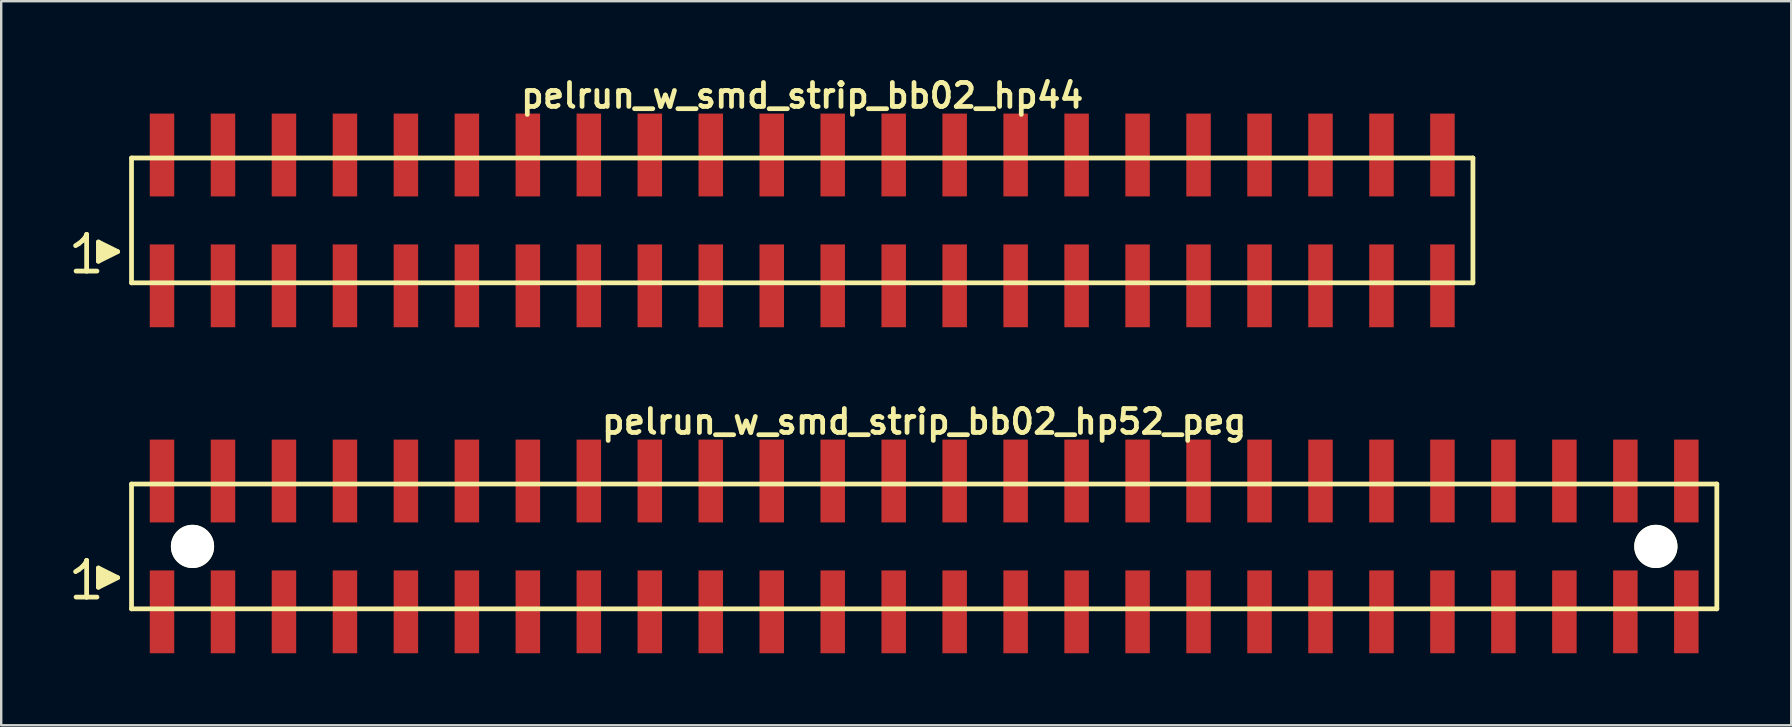
<source format=kicad_pcb>
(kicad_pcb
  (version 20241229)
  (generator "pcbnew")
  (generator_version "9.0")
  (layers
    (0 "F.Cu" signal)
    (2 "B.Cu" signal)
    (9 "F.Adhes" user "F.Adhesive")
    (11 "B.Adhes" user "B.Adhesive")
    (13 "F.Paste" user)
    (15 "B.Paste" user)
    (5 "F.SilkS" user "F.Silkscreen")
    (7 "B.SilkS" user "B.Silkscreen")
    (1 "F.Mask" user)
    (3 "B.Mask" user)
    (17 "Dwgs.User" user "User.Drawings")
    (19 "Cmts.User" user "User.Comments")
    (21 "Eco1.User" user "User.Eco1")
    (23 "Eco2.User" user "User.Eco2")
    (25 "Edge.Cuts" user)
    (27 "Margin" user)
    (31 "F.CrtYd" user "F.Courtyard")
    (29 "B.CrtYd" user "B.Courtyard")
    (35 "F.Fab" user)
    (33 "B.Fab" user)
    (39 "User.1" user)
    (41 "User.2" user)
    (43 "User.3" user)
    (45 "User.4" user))
  (footprint "pelrun_w_smd_strip_bb02_hp44"
    (layer "F.Cu")
    (at 30.369 6.132)
    (property "Reference" "pelrun_w_smd_strip_bb02_hp44" (at 0 -5.2 0) (layer "F.SilkS") (effects (font (size 0.998 0.998) (thickness 0.198))))
    (attr through_hole)
    (fp_line (start -30.27 1.05) (end -30.14 0.97) (stroke (width 0.198) (type solid)) (layer "F.SilkS"))
    (fp_line (start -30.14 0.97) (end -29.98 0.84) (stroke (width 0.198) (type solid)) (layer "F.SilkS"))
    (fp_line (start -29.98 0.84) (end -29.84 0.67) (stroke (width 0.198) (type solid)) (layer "F.SilkS"))
    (fp_line (start -29.84 0.67) (end -29.81 0.58) (stroke (width 0.198) (type solid)) (layer "F.SilkS"))
    (fp_line (start -29.81 0.58) (end -29.81 2.11) (stroke (width 0.198) (type solid)) (layer "F.SilkS"))
    (fp_line (start -29.81 2.11) (end -30.25 2.11) (stroke (width 0.198) (type solid)) (layer "F.SilkS"))
    (fp_line (start -29.38 2.11) (end -29.82 2.11) (stroke (width 0.198) (type solid)) (layer "F.SilkS"))
    (fp_line (start -29.32 0.9) (end -28.52 1.3) (stroke (width 0.198) (type solid)) (layer "F.SilkS"))
    (fp_line (start -29.32 1.7) (end -29.32 0.9) (stroke (width 0.198) (type solid)) (layer "F.SilkS"))
    (fp_line (start -29.22 1.6) (end -29.22 1) (stroke (width 0.198) (type solid)) (layer "F.SilkS"))
    (fp_line (start -29.12 1.1) (end -29.12 1.5) (stroke (width 0.198) (type solid)) (layer "F.SilkS"))
    (fp_line (start -29.02 1.5) (end -29.02 1.1) (stroke (width 0.198) (type solid)) (layer "F.SilkS"))
    (fp_line (start -28.92 1.2) (end -28.92 1.4) (stroke (width 0.198) (type solid)) (layer "F.SilkS"))
    (fp_line (start -28.82 1.4) (end -28.82 1.2) (stroke (width 0.198) (type solid)) (layer "F.SilkS"))
    (fp_line (start -28.52 1.3) (end -29.32 1.7) (stroke (width 0.198) (type solid)) (layer "F.SilkS"))
    (fp_line (start -27.94 -2.6) (end -27.94 2.6) (stroke (width 0.198) (type solid)) (layer "F.SilkS"))
    (fp_line (start -27.94 -2.6) (end 27.94 -2.6) (stroke (width 0.198) (type solid)) (layer "F.SilkS"))
    (fp_line (start 27.94 2.6) (end -27.94 2.6) (stroke (width 0.198) (type solid)) (layer "F.SilkS"))
    (fp_line (start 27.94 2.6) (end 27.94 -2.6) (stroke (width 0.198) (type solid)) (layer "F.SilkS"))
    (pad "1" smd rect (at -26.67 2.725) (size 1.02 3.45) (layers "F.Cu" "F.Mask" "F.Paste"))
    (pad "2" smd rect (at -26.67 -2.725) (size 1.02 3.45) (layers "F.Cu" "F.Mask" "F.Paste"))
    (pad "3" smd rect (at -24.13 2.725) (size 1.02 3.45) (layers "F.Cu" "F.Mask" "F.Paste"))
    (pad "4" smd rect (at -24.13 -2.725) (size 1.02 3.45) (layers "F.Cu" "F.Mask" "F.Paste"))
    (pad "5" smd rect (at -21.59 2.725) (size 1.02 3.45) (layers "F.Cu" "F.Mask" "F.Paste"))
    (pad "6" smd rect (at -21.59 -2.725) (size 1.02 3.45) (layers "F.Cu" "F.Mask" "F.Paste"))
    (pad "7" smd rect (at -19.05 2.725) (size 1.02 3.45) (layers "F.Cu" "F.Mask" "F.Paste"))
    (pad "8" smd rect (at -19.05 -2.725) (size 1.02 3.45) (layers "F.Cu" "F.Mask" "F.Paste"))
    (pad "9" smd rect (at -16.51 2.725) (size 1.02 3.45) (layers "F.Cu" "F.Mask" "F.Paste"))
    (pad "10" smd rect (at -16.51 -2.725) (size 1.02 3.45) (layers "F.Cu" "F.Mask" "F.Paste"))
    (pad "11" smd rect (at -13.97 2.725) (size 1.02 3.45) (layers "F.Cu" "F.Mask" "F.Paste"))
    (pad "12" smd rect (at -13.97 -2.725) (size 1.02 3.45) (layers "F.Cu" "F.Mask" "F.Paste"))
    (pad "13" smd rect (at -11.43 2.725) (size 1.02 3.45) (layers "F.Cu" "F.Mask" "F.Paste"))
    (pad "14" smd rect (at -11.43 -2.725) (size 1.02 3.45) (layers "F.Cu" "F.Mask" "F.Paste"))
    (pad "15" smd rect (at -8.89 2.725) (size 1.02 3.45) (layers "F.Cu" "F.Mask" "F.Paste"))
    (pad "16" smd rect (at -8.89 -2.725) (size 1.02 3.45) (layers "F.Cu" "F.Mask" "F.Paste"))
    (pad "17" smd rect (at -6.35 2.725) (size 1.02 3.45) (layers "F.Cu" "F.Mask" "F.Paste"))
    (pad "18" smd rect (at -6.35 -2.725) (size 1.02 3.45) (layers "F.Cu" "F.Mask" "F.Paste"))
    (pad "19" smd rect (at -3.81 2.725) (size 1.02 3.45) (layers "F.Cu" "F.Mask" "F.Paste"))
    (pad "20" smd rect (at -3.81 -2.725) (size 1.02 3.45) (layers "F.Cu" "F.Mask" "F.Paste"))
    (pad "21" smd rect (at -1.27 2.725) (size 1.02 3.45) (layers "F.Cu" "F.Mask" "F.Paste"))
    (pad "22" smd rect (at -1.27 -2.725) (size 1.02 3.45) (layers "F.Cu" "F.Mask" "F.Paste"))
    (pad "23" smd rect (at 1.27 2.725) (size 1.02 3.45) (layers "F.Cu" "F.Mask" "F.Paste"))
    (pad "24" smd rect (at 1.27 -2.725) (size 1.02 3.45) (layers "F.Cu" "F.Mask" "F.Paste"))
    (pad "25" smd rect (at 3.81 2.725) (size 1.02 3.45) (layers "F.Cu" "F.Mask" "F.Paste"))
    (pad "26" smd rect (at 3.81 -2.725) (size 1.02 3.45) (layers "F.Cu" "F.Mask" "F.Paste"))
    (pad "27" smd rect (at 6.35 2.725) (size 1.02 3.45) (layers "F.Cu" "F.Mask" "F.Paste"))
    (pad "28" smd rect (at 6.35 -2.725) (size 1.02 3.45) (layers "F.Cu" "F.Mask" "F.Paste"))
    (pad "29" smd rect (at 8.89 2.725) (size 1.02 3.45) (layers "F.Cu" "F.Mask" "F.Paste"))
    (pad "30" smd rect (at 8.89 -2.725) (size 1.02 3.45) (layers "F.Cu" "F.Mask" "F.Paste"))
    (pad "31" smd rect (at 11.43 2.725) (size 1.02 3.45) (layers "F.Cu" "F.Mask" "F.Paste"))
    (pad "32" smd rect (at 11.43 -2.725) (size 1.02 3.45) (layers "F.Cu" "F.Mask" "F.Paste"))
    (pad "33" smd rect (at 13.97 2.725) (size 1.02 3.45) (layers "F.Cu" "F.Mask" "F.Paste"))
    (pad "34" smd rect (at 13.97 -2.725) (size 1.02 3.45) (layers "F.Cu" "F.Mask" "F.Paste"))
    (pad "35" smd rect (at 16.51 2.725) (size 1.02 3.45) (layers "F.Cu" "F.Mask" "F.Paste"))
    (pad "36" smd rect (at 16.51 -2.725) (size 1.02 3.45) (layers "F.Cu" "F.Mask" "F.Paste"))
    (pad "37" smd rect (at 19.05 2.725) (size 1.02 3.45) (layers "F.Cu" "F.Mask" "F.Paste"))
    (pad "38" smd rect (at 19.05 -2.725) (size 1.02 3.45) (layers "F.Cu" "F.Mask" "F.Paste"))
    (pad "39" smd rect (at 21.59 2.725) (size 1.02 3.45) (layers "F.Cu" "F.Mask" "F.Paste"))
    (pad "40" smd rect (at 21.59 -2.725) (size 1.02 3.45) (layers "F.Cu" "F.Mask" "F.Paste"))
    (pad "41" smd rect (at 24.13 2.725) (size 1.02 3.45) (layers "F.Cu" "F.Mask" "F.Paste"))
    (pad "42" smd rect (at 24.13 -2.725) (size 1.02 3.45) (layers "F.Cu" "F.Mask" "F.Paste"))
    (pad "43" smd rect (at 26.67 2.725) (size 1.02 3.45) (layers "F.Cu" "F.Mask" "F.Paste"))
    (pad "44" smd rect (at 26.67 -2.725) (size 1.02 3.45) (layers "F.Cu" "F.Mask" "F.Paste")))
  (footprint "pelrun_w_smd_strip_bb02_hp52_peg"
    (layer "F.Cu")
    (at 35.449 19.713)
    (property "Reference" "pelrun_w_smd_strip_bb02_hp52_peg" (at 0 -5.2 0) (layer "F.SilkS") (effects (font (size 0.998 0.998) (thickness 0.198))))
    (attr through_hole)
    (fp_line (start -35.35 1.05) (end -35.22 0.97) (stroke (width 0.198) (type solid)) (layer "F.SilkS"))
    (fp_line (start -35.22 0.97) (end -35.06 0.84) (stroke (width 0.198) (type solid)) (layer "F.SilkS"))
    (fp_line (start -35.06 0.84) (end -34.92 0.67) (stroke (width 0.198) (type solid)) (layer "F.SilkS"))
    (fp_line (start -34.92 0.67) (end -34.89 0.58) (stroke (width 0.198) (type solid)) (layer "F.SilkS"))
    (fp_line (start -34.89 0.58) (end -34.89 2.11) (stroke (width 0.198) (type solid)) (layer "F.SilkS"))
    (fp_line (start -34.89 2.11) (end -35.33 2.11) (stroke (width 0.198) (type solid)) (layer "F.SilkS"))
    (fp_line (start -34.46 2.11) (end -34.9 2.11) (stroke (width 0.198) (type solid)) (layer "F.SilkS"))
    (fp_line (start -34.4 0.9) (end -33.6 1.3) (stroke (width 0.198) (type solid)) (layer "F.SilkS"))
    (fp_line (start -34.4 1.7) (end -34.4 0.9) (stroke (width 0.198) (type solid)) (layer "F.SilkS"))
    (fp_line (start -34.3 1.6) (end -34.3 1) (stroke (width 0.198) (type solid)) (layer "F.SilkS"))
    (fp_line (start -34.2 1.1) (end -34.2 1.5) (stroke (width 0.198) (type solid)) (layer "F.SilkS"))
    (fp_line (start -34.1 1.5) (end -34.1 1.1) (stroke (width 0.198) (type solid)) (layer "F.SilkS"))
    (fp_line (start -34 1.2) (end -34 1.4) (stroke (width 0.198) (type solid)) (layer "F.SilkS"))
    (fp_line (start -33.9 1.4) (end -33.9 1.2) (stroke (width 0.198) (type solid)) (layer "F.SilkS"))
    (fp_line (start -33.6 1.3) (end -34.4 1.7) (stroke (width 0.198) (type solid)) (layer "F.SilkS"))
    (fp_line (start -33.02 -2.6) (end -33.02 2.6) (stroke (width 0.198) (type solid)) (layer "F.SilkS"))
    (fp_line (start -33.02 -2.6) (end 33.02 -2.6) (stroke (width 0.198) (type solid)) (layer "F.SilkS"))
    (fp_line (start 33.02 2.6) (end -33.02 2.6) (stroke (width 0.198) (type solid)) (layer "F.SilkS"))
    (fp_line (start 33.02 2.6) (end 33.02 -2.6) (stroke (width 0.198) (type solid)) (layer "F.SilkS"))
    (pad "" np_thru_hole circle (at -30.48 0) (size 1.8 1.8) (drill 1.8) (layers "*.Cu" "*.Mask" "F.SilkS"))
    (pad "" np_thru_hole circle (at 30.48 0) (size 1.8 1.8) (drill 1.8) (layers "*.Cu" "*.Mask" "F.SilkS"))
    (pad "1" smd rect (at -31.75 2.725) (size 1.02 3.45) (layers "F.Cu" "F.Mask" "F.Paste"))
    (pad "2" smd rect (at -31.75 -2.725) (size 1.02 3.45) (layers "F.Cu" "F.Mask" "F.Paste"))
    (pad "3" smd rect (at -29.21 2.725) (size 1.02 3.45) (layers "F.Cu" "F.Mask" "F.Paste"))
    (pad "4" smd rect (at -29.21 -2.725) (size 1.02 3.45) (layers "F.Cu" "F.Mask" "F.Paste"))
    (pad "5" smd rect (at -26.67 2.725) (size 1.02 3.45) (layers "F.Cu" "F.Mask" "F.Paste"))
    (pad "6" smd rect (at -26.67 -2.725) (size 1.02 3.45) (layers "F.Cu" "F.Mask" "F.Paste"))
    (pad "7" smd rect (at -24.13 2.725) (size 1.02 3.45) (layers "F.Cu" "F.Mask" "F.Paste"))
    (pad "8" smd rect (at -24.13 -2.725) (size 1.02 3.45) (layers "F.Cu" "F.Mask" "F.Paste"))
    (pad "9" smd rect (at -21.59 2.725) (size 1.02 3.45) (layers "F.Cu" "F.Mask" "F.Paste"))
    (pad "10" smd rect (at -21.59 -2.725) (size 1.02 3.45) (layers "F.Cu" "F.Mask" "F.Paste"))
    (pad "11" smd rect (at -19.05 2.725) (size 1.02 3.45) (layers "F.Cu" "F.Mask" "F.Paste"))
    (pad "12" smd rect (at -19.05 -2.725) (size 1.02 3.45) (layers "F.Cu" "F.Mask" "F.Paste"))
    (pad "13" smd rect (at -16.51 2.725) (size 1.02 3.45) (layers "F.Cu" "F.Mask" "F.Paste"))
    (pad "14" smd rect (at -16.51 -2.725) (size 1.02 3.45) (layers "F.Cu" "F.Mask" "F.Paste"))
    (pad "15" smd rect (at -13.97 2.725) (size 1.02 3.45) (layers "F.Cu" "F.Mask" "F.Paste"))
    (pad "16" smd rect (at -13.97 -2.725) (size 1.02 3.45) (layers "F.Cu" "F.Mask" "F.Paste"))
    (pad "17" smd rect (at -11.43 2.725) (size 1.02 3.45) (layers "F.Cu" "F.Mask" "F.Paste"))
    (pad "18" smd rect (at -11.43 -2.725) (size 1.02 3.45) (layers "F.Cu" "F.Mask" "F.Paste"))
    (pad "19" smd rect (at -8.89 2.725) (size 1.02 3.45) (layers "F.Cu" "F.Mask" "F.Paste"))
    (pad "20" smd rect (at -8.89 -2.725) (size 1.02 3.45) (layers "F.Cu" "F.Mask" "F.Paste"))
    (pad "21" smd rect (at -6.35 2.725) (size 1.02 3.45) (layers "F.Cu" "F.Mask" "F.Paste"))
    (pad "22" smd rect (at -6.35 -2.725) (size 1.02 3.45) (layers "F.Cu" "F.Mask" "F.Paste"))
    (pad "23" smd rect (at -3.81 2.725) (size 1.02 3.45) (layers "F.Cu" "F.Mask" "F.Paste"))
    (pad "24" smd rect (at -3.81 -2.725) (size 1.02 3.45) (layers "F.Cu" "F.Mask" "F.Paste"))
    (pad "25" smd rect (at -1.27 2.725) (size 1.02 3.45) (layers "F.Cu" "F.Mask" "F.Paste"))
    (pad "26" smd rect (at -1.27 -2.725) (size 1.02 3.45) (layers "F.Cu" "F.Mask" "F.Paste"))
    (pad "27" smd rect (at 1.27 2.725) (size 1.02 3.45) (layers "F.Cu" "F.Mask" "F.Paste"))
    (pad "28" smd rect (at 1.27 -2.725) (size 1.02 3.45) (layers "F.Cu" "F.Mask" "F.Paste"))
    (pad "29" smd rect (at 3.81 2.725) (size 1.02 3.45) (layers "F.Cu" "F.Mask" "F.Paste"))
    (pad "30" smd rect (at 3.81 -2.725) (size 1.02 3.45) (layers "F.Cu" "F.Mask" "F.Paste"))
    (pad "31" smd rect (at 6.35 2.725) (size 1.02 3.45) (layers "F.Cu" "F.Mask" "F.Paste"))
    (pad "32" smd rect (at 6.35 -2.725) (size 1.02 3.45) (layers "F.Cu" "F.Mask" "F.Paste"))
    (pad "33" smd rect (at 8.89 2.725) (size 1.02 3.45) (layers "F.Cu" "F.Mask" "F.Paste"))
    (pad "34" smd rect (at 8.89 -2.725) (size 1.02 3.45) (layers "F.Cu" "F.Mask" "F.Paste"))
    (pad "35" smd rect (at 11.43 2.725) (size 1.02 3.45) (layers "F.Cu" "F.Mask" "F.Paste"))
    (pad "36" smd rect (at 11.43 -2.725) (size 1.02 3.45) (layers "F.Cu" "F.Mask" "F.Paste"))
    (pad "37" smd rect (at 13.97 2.725) (size 1.02 3.45) (layers "F.Cu" "F.Mask" "F.Paste"))
    (pad "38" smd rect (at 13.97 -2.725) (size 1.02 3.45) (layers "F.Cu" "F.Mask" "F.Paste"))
    (pad "39" smd rect (at 16.51 2.725) (size 1.02 3.45) (layers "F.Cu" "F.Mask" "F.Paste"))
    (pad "40" smd rect (at 16.51 -2.725) (size 1.02 3.45) (layers "F.Cu" "F.Mask" "F.Paste"))
    (pad "41" smd rect (at 19.05 2.725) (size 1.02 3.45) (layers "F.Cu" "F.Mask" "F.Paste"))
    (pad "42" smd rect (at 19.05 -2.725) (size 1.02 3.45) (layers "F.Cu" "F.Mask" "F.Paste"))
    (pad "43" smd rect (at 21.59 2.725) (size 1.02 3.45) (layers "F.Cu" "F.Mask" "F.Paste"))
    (pad "44" smd rect (at 21.59 -2.725) (size 1.02 3.45) (layers "F.Cu" "F.Mask" "F.Paste"))
    (pad "45" smd rect (at 24.13 2.725) (size 1.02 3.45) (layers "F.Cu" "F.Mask" "F.Paste"))
    (pad "46" smd rect (at 24.13 -2.725) (size 1.02 3.45) (layers "F.Cu" "F.Mask" "F.Paste"))
    (pad "47" smd rect (at 26.67 2.725) (size 1.02 3.45) (layers "F.Cu" "F.Mask" "F.Paste"))
    (pad "48" smd rect (at 26.67 -2.725) (size 1.02 3.45) (layers "F.Cu" "F.Mask" "F.Paste"))
    (pad "49" smd rect (at 29.21 2.725) (size 1.02 3.45) (layers "F.Cu" "F.Mask" "F.Paste"))
    (pad "50" smd rect (at 29.21 -2.725) (size 1.02 3.45) (layers "F.Cu" "F.Mask" "F.Paste"))
    (pad "51" smd rect (at 31.75 2.725) (size 1.02 3.45) (layers "F.Cu" "F.Mask" "F.Paste"))
    (pad "52" smd rect (at 31.75 -2.725) (size 1.02 3.45) (layers "F.Cu" "F.Mask" "F.Paste")))
  (gr_rect
    (start -3 -3)
    (end 71.568 27.163)
    (stroke (width 0.1) (type default))
    (fill no)
    (layer "Edge.Cuts")))
</source>
